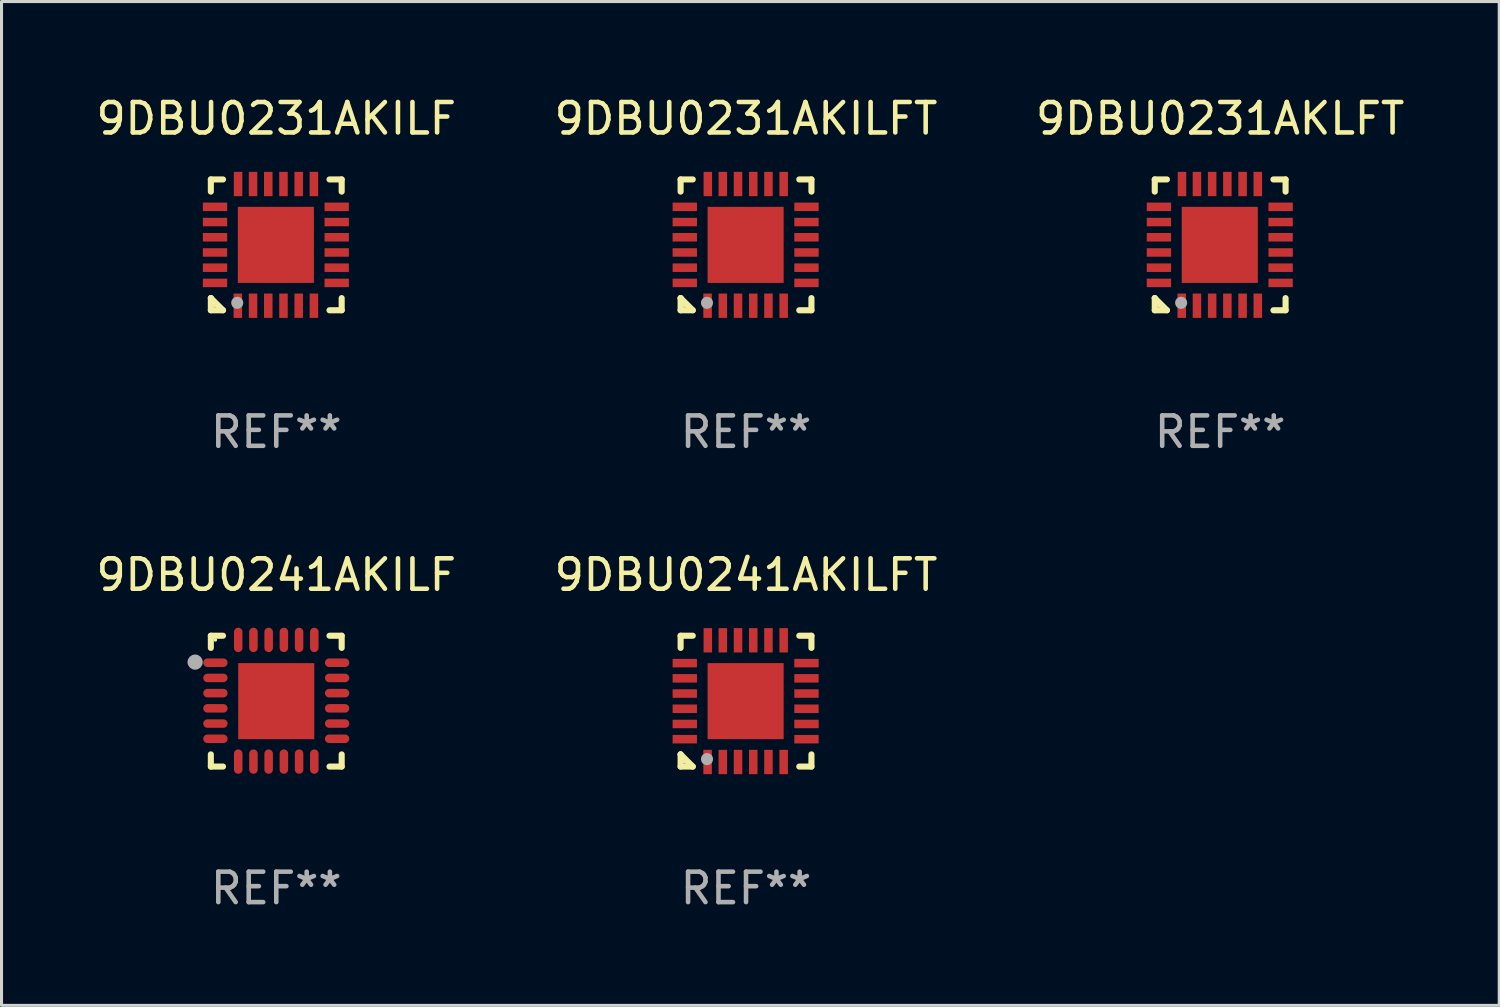
<source format=kicad_pcb>
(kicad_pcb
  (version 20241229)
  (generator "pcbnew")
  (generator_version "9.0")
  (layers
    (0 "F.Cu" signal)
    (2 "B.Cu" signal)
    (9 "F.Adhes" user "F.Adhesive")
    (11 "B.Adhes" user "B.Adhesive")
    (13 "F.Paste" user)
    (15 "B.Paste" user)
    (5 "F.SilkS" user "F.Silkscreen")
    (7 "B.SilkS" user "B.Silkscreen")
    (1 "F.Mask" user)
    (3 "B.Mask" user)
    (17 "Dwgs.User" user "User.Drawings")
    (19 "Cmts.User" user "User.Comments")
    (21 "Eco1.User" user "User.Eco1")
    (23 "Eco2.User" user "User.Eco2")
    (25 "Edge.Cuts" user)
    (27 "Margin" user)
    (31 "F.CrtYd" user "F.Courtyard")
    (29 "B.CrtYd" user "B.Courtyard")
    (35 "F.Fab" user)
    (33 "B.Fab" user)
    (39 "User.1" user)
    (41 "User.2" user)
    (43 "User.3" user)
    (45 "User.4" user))
  (footprint "9DBU0231AKILFT"
    (layer "F.Cu")
    (at 21.47 4.998)
    (property "Reference" "9DBU0231AKILFT" (at 0 -4.15 0) (layer "F.SilkS") (effects (font (size 1 1) (thickness 0.15))))
    (attr through_hole)
    (fp_line (start -2.15 -2.15) (end -1.75 -2.15) (stroke (width 0.2) (type solid)) (layer "F.SilkS"))
    (fp_line (start -2.15 -1.75) (end -2.15 -2.15) (stroke (width 0.2) (type solid)) (layer "F.SilkS"))
    (fp_line (start -2.15 1.75) (end -2.15 1.75) (stroke (width 0.2) (type solid)) (layer "F.SilkS"))
    (fp_line (start -2.15 1.75) (end -1.75 2.15) (stroke (width 0.2) (type solid)) (layer "F.SilkS"))
    (fp_line (start -2.15 2.15) (end -2.15 1.75) (stroke (width 0.2) (type solid)) (layer "F.SilkS"))
    (fp_line (start -1.75 2.15) (end -2.15 2.15) (stroke (width 0.2) (type solid)) (layer "F.SilkS"))
    (fp_line (start 2.15 -2.15) (end 1.75 -2.15) (stroke (width 0.2) (type solid)) (layer "F.SilkS"))
    (fp_line (start 2.15 -1.75) (end 2.15 -2.15) (stroke (width 0.2) (type solid)) (layer "F.SilkS"))
    (fp_line (start 2.15 1.75) (end 2.15 2.15) (stroke (width 0.2) (type solid)) (layer "F.SilkS"))
    (fp_line (start 2.15 2.15) (end 1.75 2.15) (stroke (width 0.2) (type solid)) (layer "F.SilkS"))
    (fp_circle (center -2.013 2) (end -1.983 2) (stroke (width 0.06) (type solid)) (fill no) (layer "F.SilkS"))
    (fp_circle (center -1.283 1.905) (end -1.183 1.905) (stroke (width 0.2) (type solid)) (fill no) (layer "F.Fab"))
    (fp_text user "REF**" (at 0 6.15 0) (layer "F.Fab") (effects (font (size 1 1) (thickness 0.15))))
    (pad "1" smd rect (at -1.263 2 180) (size 0.28 0.8) (layers "F.Cu" "F.Mask" "F.Paste"))
    (pad "2" smd rect (at -0.763 2 180) (size 0.28 0.8) (layers "F.Cu" "F.Mask" "F.Paste"))
    (pad "3" smd rect (at -0.263 2 180) (size 0.28 0.8) (layers "F.Cu" "F.Mask" "F.Paste"))
    (pad "4" smd rect (at 0.237 2 180) (size 0.28 0.8) (layers "F.Cu" "F.Mask" "F.Paste"))
    (pad "5" smd rect (at 0.737 2 180) (size 0.28 0.8) (layers "F.Cu" "F.Mask" "F.Paste"))
    (pad "6" smd rect (at 1.237 2 180) (size 0.28 0.8) (layers "F.Cu" "F.Mask" "F.Paste"))
    (pad "7" smd rect (at 1.987 1.25 90) (size 0.28 0.8) (layers "F.Cu" "F.Mask" "F.Paste"))
    (pad "8" smd rect (at 1.987 0.75 90) (size 0.28 0.8) (layers "F.Cu" "F.Mask" "F.Paste"))
    (pad "9" smd rect (at 1.987 0.25 90) (size 0.28 0.8) (layers "F.Cu" "F.Mask" "F.Paste"))
    (pad "10" smd rect (at 1.987 -0.25 90) (size 0.28 0.8) (layers "F.Cu" "F.Mask" "F.Paste"))
    (pad "11" smd rect (at 1.987 -0.75 90) (size 0.28 0.8) (layers "F.Cu" "F.Mask" "F.Paste"))
    (pad "12" smd rect (at 1.987 -1.25 90) (size 0.28 0.8) (layers "F.Cu" "F.Mask" "F.Paste"))
    (pad "13" smd rect (at 1.237 -2 180) (size 0.28 0.8) (layers "F.Cu" "F.Mask" "F.Paste"))
    (pad "14" smd rect (at 0.737 -2 180) (size 0.28 0.8) (layers "F.Cu" "F.Mask" "F.Paste"))
    (pad "15" smd rect (at 0.237 -2 180) (size 0.28 0.8) (layers "F.Cu" "F.Mask" "F.Paste"))
    (pad "16" smd rect (at -0.263 -2 180) (size 0.28 0.8) (layers "F.Cu" "F.Mask" "F.Paste"))
    (pad "17" smd rect (at -0.763 -2 180) (size 0.28 0.8) (layers "F.Cu" "F.Mask" "F.Paste"))
    (pad "18" smd rect (at -1.255 -2 180) (size 0.28 0.8) (layers "F.Cu" "F.Mask" "F.Paste"))
    (pad "19" smd rect (at -2.013 -1.25 90) (size 0.28 0.8) (layers "F.Cu" "F.Mask" "F.Paste"))
    (pad "20" smd rect (at -2.013 -0.75 90) (size 0.28 0.8) (layers "F.Cu" "F.Mask" "F.Paste"))
    (pad "21" smd rect (at -2.013 -0.25 90) (size 0.28 0.8) (layers "F.Cu" "F.Mask" "F.Paste"))
    (pad "22" smd rect (at -2.013 0.25 90) (size 0.28 0.8) (layers "F.Cu" "F.Mask" "F.Paste"))
    (pad "23" smd rect (at -2.013 0.75 90) (size 0.28 0.8) (layers "F.Cu" "F.Mask" "F.Paste"))
    (pad "24" smd rect (at -2.013 1.25 90) (size 0.28 0.8) (layers "F.Cu" "F.Mask" "F.Paste"))
    (pad "25" smd rect (at -0.013 0 90) (size 2.5 2.5) (layers "F.Cu" "F.Mask" "F.Paste")))
  (footprint "9DBU0241AKILF"
    (layer "F.Cu")
    (at 6.03 19.995)
    (property "Reference" "9DBU0241AKILF" (at 0 -4.15 0) (layer "F.SilkS") (effects (font (size 1 1) (thickness 0.15))))
    (attr through_hole)
    (fp_line (start -2.15 -2.15) (end -1.75 -2.15) (stroke (width 0.2) (type solid)) (layer "F.SilkS"))
    (fp_line (start -2.15 -1.75) (end -2.15 -2.15) (stroke (width 0.2) (type solid)) (layer "F.SilkS"))
    (fp_line (start -2.15 2.15) (end -2.15 1.75) (stroke (width 0.2) (type solid)) (layer "F.SilkS"))
    (fp_line (start -1.75 2.15) (end -2.15 2.15) (stroke (width 0.2) (type solid)) (layer "F.SilkS"))
    (fp_line (start 1.75 -2.15) (end 2.15 -2.15) (stroke (width 0.2) (type solid)) (layer "F.SilkS"))
    (fp_line (start 1.75 2.15) (end 2.15 2.15) (stroke (width 0.2) (type solid)) (layer "F.SilkS"))
    (fp_line (start 2.15 -2.15) (end 2.15 -1.75) (stroke (width 0.2) (type solid)) (layer "F.SilkS"))
    (fp_line (start 2.15 2.15) (end 2.15 1.75) (stroke (width 0.2) (type solid)) (layer "F.SilkS"))
    (fp_circle (center -2 -2.013) (end -1.97 -2.013) (stroke (width 0.06) (type solid)) (fill no) (layer "F.SilkS"))
    (fp_circle (center -2.667 -1.283) (end -2.542 -1.283) (stroke (width 0.25) (type solid)) (fill no) (layer "F.Fab"))
    (fp_text user "REF**" (at 0 6.15 0) (layer "F.Fab") (effects (font (size 1 1) (thickness 0.15))))
    (pad "1" smd oval (at -2 -1.263) (size 0.8 0.28) (layers "F.Cu" "F.Mask" "F.Paste"))
    (pad "2" smd oval (at -2 -0.763) (size 0.8 0.28) (layers "F.Cu" "F.Mask" "F.Paste"))
    (pad "3" smd oval (at -2 -0.263) (size 0.8 0.28) (layers "F.Cu" "F.Mask" "F.Paste"))
    (pad "4" smd oval (at -2 0.237) (size 0.8 0.28) (layers "F.Cu" "F.Mask" "F.Paste"))
    (pad "5" smd oval (at -2 0.737) (size 0.8 0.28) (layers "F.Cu" "F.Mask" "F.Paste"))
    (pad "6" smd oval (at -2 1.237) (size 0.8 0.28) (layers "F.Cu" "F.Mask" "F.Paste"))
    (pad "7" smd oval (at -1.25 1.987) (size 0.28 0.8) (layers "F.Cu" "F.Mask" "F.Paste"))
    (pad "8" smd oval (at -0.75 1.987) (size 0.28 0.8) (layers "F.Cu" "F.Mask" "F.Paste"))
    (pad "9" smd oval (at -0.25 1.987) (size 0.28 0.8) (layers "F.Cu" "F.Mask" "F.Paste"))
    (pad "10" smd oval (at 0.25 1.987) (size 0.28 0.8) (layers "F.Cu" "F.Mask" "F.Paste"))
    (pad "11" smd oval (at 0.75 1.987) (size 0.28 0.8) (layers "F.Cu" "F.Mask" "F.Paste"))
    (pad "12" smd oval (at 1.25 1.987) (size 0.28 0.8) (layers "F.Cu" "F.Mask" "F.Paste"))
    (pad "13" smd oval (at 2 1.237) (size 0.8 0.28) (layers "F.Cu" "F.Mask" "F.Paste"))
    (pad "14" smd oval (at 2 0.737) (size 0.8 0.28) (layers "F.Cu" "F.Mask" "F.Paste"))
    (pad "15" smd oval (at 2 0.237) (size 0.8 0.28) (layers "F.Cu" "F.Mask" "F.Paste"))
    (pad "16" smd oval (at 2 -0.263) (size 0.8 0.28) (layers "F.Cu" "F.Mask" "F.Paste"))
    (pad "17" smd oval (at 2 -0.763) (size 0.8 0.28) (layers "F.Cu" "F.Mask" "F.Paste"))
    (pad "18" smd oval (at 2 -1.263) (size 0.8 0.28) (layers "F.Cu" "F.Mask" "F.Paste"))
    (pad "19" smd oval (at 1.25 -2.013) (size 0.28 0.8) (layers "F.Cu" "F.Mask" "F.Paste"))
    (pad "20" smd oval (at 0.75 -2.013) (size 0.28 0.8) (layers "F.Cu" "F.Mask" "F.Paste"))
    (pad "21" smd oval (at 0.25 -2.013) (size 0.28 0.8) (layers "F.Cu" "F.Mask" "F.Paste"))
    (pad "22" smd oval (at -0.25 -2.013) (size 0.28 0.8) (layers "F.Cu" "F.Mask" "F.Paste"))
    (pad "23" smd oval (at -0.75 -2.013) (size 0.28 0.8) (layers "F.Cu" "F.Mask" "F.Paste"))
    (pad "24" smd oval (at -1.25 -2.013) (size 0.28 0.8) (layers "F.Cu" "F.Mask" "F.Paste"))
    (pad "25" smd rect (at -0.000127 -0.00014) (size 2.5 2.5) (layers "F.Cu" "F.Mask" "F.Paste")))
  (footprint "9DBU0241AKILFT"
    (layer "F.Cu")
    (at 21.47 19.995)
    (property "Reference" "9DBU0241AKILFT" (at 0 -4.15 0) (layer "F.SilkS") (effects (font (size 1 1) (thickness 0.15))))
    (attr through_hole)
    (fp_line (start -2.15 -2.15) (end -1.75 -2.15) (stroke (width 0.2) (type solid)) (layer "F.SilkS"))
    (fp_line (start -2.15 -1.75) (end -2.15 -2.15) (stroke (width 0.2) (type solid)) (layer "F.SilkS"))
    (fp_line (start -2.15 1.75) (end -2.15 1.75) (stroke (width 0.2) (type solid)) (layer "F.SilkS"))
    (fp_line (start -2.15 1.75) (end -1.75 2.15) (stroke (width 0.2) (type solid)) (layer "F.SilkS"))
    (fp_line (start -2.15 2.15) (end -2.15 1.75) (stroke (width 0.2) (type solid)) (layer "F.SilkS"))
    (fp_line (start -1.75 2.15) (end -2.15 2.15) (stroke (width 0.2) (type solid)) (layer "F.SilkS"))
    (fp_line (start 2.15 -2.15) (end 1.75 -2.15) (stroke (width 0.2) (type solid)) (layer "F.SilkS"))
    (fp_line (start 2.15 -1.75) (end 2.15 -2.15) (stroke (width 0.2) (type solid)) (layer "F.SilkS"))
    (fp_line (start 2.15 1.75) (end 2.15 2.15) (stroke (width 0.2) (type solid)) (layer "F.SilkS"))
    (fp_line (start 2.15 2.15) (end 1.75 2.15) (stroke (width 0.2) (type solid)) (layer "F.SilkS"))
    (fp_circle (center -2.013 2) (end -1.983 2) (stroke (width 0.06) (type solid)) (fill no) (layer "F.SilkS"))
    (fp_circle (center -1.283 1.905) (end -1.183 1.905) (stroke (width 0.2) (type solid)) (fill no) (layer "F.Fab"))
    (fp_text user "REF**" (at 0 6.15 0) (layer "F.Fab") (effects (font (size 1 1) (thickness 0.15))))
    (pad "1" smd rect (at -1.263 2 180) (size 0.28 0.8) (layers "F.Cu" "F.Mask" "F.Paste"))
    (pad "2" smd rect (at -0.763 2 180) (size 0.28 0.8) (layers "F.Cu" "F.Mask" "F.Paste"))
    (pad "3" smd rect (at -0.263 2 180) (size 0.28 0.8) (layers "F.Cu" "F.Mask" "F.Paste"))
    (pad "4" smd rect (at 0.237 2 180) (size 0.28 0.8) (layers "F.Cu" "F.Mask" "F.Paste"))
    (pad "5" smd rect (at 0.737 2 180) (size 0.28 0.8) (layers "F.Cu" "F.Mask" "F.Paste"))
    (pad "6" smd rect (at 1.237 2 180) (size 0.28 0.8) (layers "F.Cu" "F.Mask" "F.Paste"))
    (pad "7" smd rect (at 1.987 1.25 90) (size 0.28 0.8) (layers "F.Cu" "F.Mask" "F.Paste"))
    (pad "8" smd rect (at 1.987 0.75 90) (size 0.28 0.8) (layers "F.Cu" "F.Mask" "F.Paste"))
    (pad "9" smd rect (at 1.987 0.25 90) (size 0.28 0.8) (layers "F.Cu" "F.Mask" "F.Paste"))
    (pad "10" smd rect (at 1.987 -0.25 90) (size 0.28 0.8) (layers "F.Cu" "F.Mask" "F.Paste"))
    (pad "11" smd rect (at 1.987 -0.75 90) (size 0.28 0.8) (layers "F.Cu" "F.Mask" "F.Paste"))
    (pad "12" smd rect (at 1.987 -1.25 90) (size 0.28 0.8) (layers "F.Cu" "F.Mask" "F.Paste"))
    (pad "13" smd rect (at 1.237 -2 180) (size 0.28 0.8) (layers "F.Cu" "F.Mask" "F.Paste"))
    (pad "14" smd rect (at 0.737 -2 180) (size 0.28 0.8) (layers "F.Cu" "F.Mask" "F.Paste"))
    (pad "15" smd rect (at 0.237 -2 180) (size 0.28 0.8) (layers "F.Cu" "F.Mask" "F.Paste"))
    (pad "16" smd rect (at -0.263 -2 180) (size 0.28 0.8) (layers "F.Cu" "F.Mask" "F.Paste"))
    (pad "17" smd rect (at -0.763 -2 180) (size 0.28 0.8) (layers "F.Cu" "F.Mask" "F.Paste"))
    (pad "18" smd rect (at -1.255 -2 180) (size 0.28 0.8) (layers "F.Cu" "F.Mask" "F.Paste"))
    (pad "19" smd rect (at -2.013 -1.25 90) (size 0.28 0.8) (layers "F.Cu" "F.Mask" "F.Paste"))
    (pad "20" smd rect (at -2.013 -0.75 90) (size 0.28 0.8) (layers "F.Cu" "F.Mask" "F.Paste"))
    (pad "21" smd rect (at -2.013 -0.25 90) (size 0.28 0.8) (layers "F.Cu" "F.Mask" "F.Paste"))
    (pad "22" smd rect (at -2.013 0.25 90) (size 0.28 0.8) (layers "F.Cu" "F.Mask" "F.Paste"))
    (pad "23" smd rect (at -2.013 0.75 90) (size 0.28 0.8) (layers "F.Cu" "F.Mask" "F.Paste"))
    (pad "24" smd rect (at -2.013 1.25 90) (size 0.28 0.8) (layers "F.Cu" "F.Mask" "F.Paste"))
    (pad "25" smd rect (at -0.013 0 90) (size 2.5 2.5) (layers "F.Cu" "F.Mask" "F.Paste")))
  (footprint "9DBU0231AKILF"
    (layer "F.Cu")
    (at 6.03 4.998)
    (property "Reference" "9DBU0231AKILF" (at 0 -4.15 0) (layer "F.SilkS") (effects (font (size 1 1) (thickness 0.15))))
    (attr through_hole)
    (fp_line (start -2.15 -2.15) (end -1.75 -2.15) (stroke (width 0.2) (type solid)) (layer "F.SilkS"))
    (fp_line (start -2.15 -1.75) (end -2.15 -2.15) (stroke (width 0.2) (type solid)) (layer "F.SilkS"))
    (fp_line (start -2.15 1.75) (end -2.15 1.75) (stroke (width 0.2) (type solid)) (layer "F.SilkS"))
    (fp_line (start -2.15 1.75) (end -1.75 2.15) (stroke (width 0.2) (type solid)) (layer "F.SilkS"))
    (fp_line (start -2.15 2.15) (end -2.15 1.75) (stroke (width 0.2) (type solid)) (layer "F.SilkS"))
    (fp_line (start -1.75 2.15) (end -2.15 2.15) (stroke (width 0.2) (type solid)) (layer "F.SilkS"))
    (fp_line (start 2.15 -2.15) (end 1.75 -2.15) (stroke (width 0.2) (type solid)) (layer "F.SilkS"))
    (fp_line (start 2.15 -1.75) (end 2.15 -2.15) (stroke (width 0.2) (type solid)) (layer "F.SilkS"))
    (fp_line (start 2.15 1.75) (end 2.15 2.15) (stroke (width 0.2) (type solid)) (layer "F.SilkS"))
    (fp_line (start 2.15 2.15) (end 1.75 2.15) (stroke (width 0.2) (type solid)) (layer "F.SilkS"))
    (fp_circle (center -2.013 2) (end -1.983 2) (stroke (width 0.06) (type solid)) (fill no) (layer "F.SilkS"))
    (fp_circle (center -1.283 1.905) (end -1.183 1.905) (stroke (width 0.2) (type solid)) (fill no) (layer "F.Fab"))
    (fp_text user "REF**" (at 0 6.15 0) (layer "F.Fab") (effects (font (size 1 1) (thickness 0.15))))
    (pad "1" smd rect (at -1.263 2 180) (size 0.28 0.8) (layers "F.Cu" "F.Mask" "F.Paste"))
    (pad "2" smd rect (at -0.763 2 180) (size 0.28 0.8) (layers "F.Cu" "F.Mask" "F.Paste"))
    (pad "3" smd rect (at -0.263 2 180) (size 0.28 0.8) (layers "F.Cu" "F.Mask" "F.Paste"))
    (pad "4" smd rect (at 0.237 2 180) (size 0.28 0.8) (layers "F.Cu" "F.Mask" "F.Paste"))
    (pad "5" smd rect (at 0.737 2 180) (size 0.28 0.8) (layers "F.Cu" "F.Mask" "F.Paste"))
    (pad "6" smd rect (at 1.237 2 180) (size 0.28 0.8) (layers "F.Cu" "F.Mask" "F.Paste"))
    (pad "7" smd rect (at 1.987 1.25 90) (size 0.28 0.8) (layers "F.Cu" "F.Mask" "F.Paste"))
    (pad "8" smd rect (at 1.987 0.75 90) (size 0.28 0.8) (layers "F.Cu" "F.Mask" "F.Paste"))
    (pad "9" smd rect (at 1.987 0.25 90) (size 0.28 0.8) (layers "F.Cu" "F.Mask" "F.Paste"))
    (pad "10" smd rect (at 1.987 -0.25 90) (size 0.28 0.8) (layers "F.Cu" "F.Mask" "F.Paste"))
    (pad "11" smd rect (at 1.987 -0.75 90) (size 0.28 0.8) (layers "F.Cu" "F.Mask" "F.Paste"))
    (pad "12" smd rect (at 1.987 -1.25 90) (size 0.28 0.8) (layers "F.Cu" "F.Mask" "F.Paste"))
    (pad "13" smd rect (at 1.237 -2 180) (size 0.28 0.8) (layers "F.Cu" "F.Mask" "F.Paste"))
    (pad "14" smd rect (at 0.737 -2 180) (size 0.28 0.8) (layers "F.Cu" "F.Mask" "F.Paste"))
    (pad "15" smd rect (at 0.237 -2 180) (size 0.28 0.8) (layers "F.Cu" "F.Mask" "F.Paste"))
    (pad "16" smd rect (at -0.263 -2 180) (size 0.28 0.8) (layers "F.Cu" "F.Mask" "F.Paste"))
    (pad "17" smd rect (at -0.763 -2 180) (size 0.28 0.8) (layers "F.Cu" "F.Mask" "F.Paste"))
    (pad "18" smd rect (at -1.255 -2 180) (size 0.28 0.8) (layers "F.Cu" "F.Mask" "F.Paste"))
    (pad "19" smd rect (at -2.013 -1.25 90) (size 0.28 0.8) (layers "F.Cu" "F.Mask" "F.Paste"))
    (pad "20" smd rect (at -2.013 -0.75 90) (size 0.28 0.8) (layers "F.Cu" "F.Mask" "F.Paste"))
    (pad "21" smd rect (at -2.013 -0.25 90) (size 0.28 0.8) (layers "F.Cu" "F.Mask" "F.Paste"))
    (pad "22" smd rect (at -2.013 0.25 90) (size 0.28 0.8) (layers "F.Cu" "F.Mask" "F.Paste"))
    (pad "23" smd rect (at -2.013 0.75 90) (size 0.28 0.8) (layers "F.Cu" "F.Mask" "F.Paste"))
    (pad "24" smd rect (at -2.013 1.25 90) (size 0.28 0.8) (layers "F.Cu" "F.Mask" "F.Paste"))
    (pad "25" smd rect (at -0.013 0 90) (size 2.5 2.5) (layers "F.Cu" "F.Mask" "F.Paste")))
  (footprint "9DBU0231AKLFT"
    (layer "F.Cu")
    (at 37.054 4.998)
    (property "Reference" "9DBU0231AKLFT" (at 0 -4.15 0) (layer "F.SilkS") (effects (font (size 1 1) (thickness 0.15))))
    (attr through_hole)
    (fp_line (start -2.15 -2.15) (end -1.75 -2.15) (stroke (width 0.2) (type solid)) (layer "F.SilkS"))
    (fp_line (start -2.15 -1.75) (end -2.15 -2.15) (stroke (width 0.2) (type solid)) (layer "F.SilkS"))
    (fp_line (start -2.15 1.75) (end -2.15 1.75) (stroke (width 0.2) (type solid)) (layer "F.SilkS"))
    (fp_line (start -2.15 1.75) (end -1.75 2.15) (stroke (width 0.2) (type solid)) (layer "F.SilkS"))
    (fp_line (start -2.15 2.15) (end -2.15 1.75) (stroke (width 0.2) (type solid)) (layer "F.SilkS"))
    (fp_line (start -1.75 2.15) (end -2.15 2.15) (stroke (width 0.2) (type solid)) (layer "F.SilkS"))
    (fp_line (start 2.15 -2.15) (end 1.75 -2.15) (stroke (width 0.2) (type solid)) (layer "F.SilkS"))
    (fp_line (start 2.15 -1.75) (end 2.15 -2.15) (stroke (width 0.2) (type solid)) (layer "F.SilkS"))
    (fp_line (start 2.15 1.75) (end 2.15 2.15) (stroke (width 0.2) (type solid)) (layer "F.SilkS"))
    (fp_line (start 2.15 2.15) (end 1.75 2.15) (stroke (width 0.2) (type solid)) (layer "F.SilkS"))
    (fp_circle (center -2.013 2) (end -1.983 2) (stroke (width 0.06) (type solid)) (fill no) (layer "F.SilkS"))
    (fp_circle (center -1.283 1.905) (end -1.183 1.905) (stroke (width 0.2) (type solid)) (fill no) (layer "F.Fab"))
    (fp_text user "REF**" (at 0 6.15 0) (layer "F.Fab") (effects (font (size 1 1) (thickness 0.15))))
    (pad "1" smd rect (at -1.263 2 180) (size 0.28 0.8) (layers "F.Cu" "F.Mask" "F.Paste"))
    (pad "2" smd rect (at -0.763 2 180) (size 0.28 0.8) (layers "F.Cu" "F.Mask" "F.Paste"))
    (pad "3" smd rect (at -0.263 2 180) (size 0.28 0.8) (layers "F.Cu" "F.Mask" "F.Paste"))
    (pad "4" smd rect (at 0.237 2 180) (size 0.28 0.8) (layers "F.Cu" "F.Mask" "F.Paste"))
    (pad "5" smd rect (at 0.737 2 180) (size 0.28 0.8) (layers "F.Cu" "F.Mask" "F.Paste"))
    (pad "6" smd rect (at 1.237 2 180) (size 0.28 0.8) (layers "F.Cu" "F.Mask" "F.Paste"))
    (pad "7" smd rect (at 1.987 1.25 90) (size 0.28 0.8) (layers "F.Cu" "F.Mask" "F.Paste"))
    (pad "8" smd rect (at 1.987 0.75 90) (size 0.28 0.8) (layers "F.Cu" "F.Mask" "F.Paste"))
    (pad "9" smd rect (at 1.987 0.25 90) (size 0.28 0.8) (layers "F.Cu" "F.Mask" "F.Paste"))
    (pad "10" smd rect (at 1.987 -0.25 90) (size 0.28 0.8) (layers "F.Cu" "F.Mask" "F.Paste"))
    (pad "11" smd rect (at 1.987 -0.75 90) (size 0.28 0.8) (layers "F.Cu" "F.Mask" "F.Paste"))
    (pad "12" smd rect (at 1.987 -1.25 90) (size 0.28 0.8) (layers "F.Cu" "F.Mask" "F.Paste"))
    (pad "13" smd rect (at 1.237 -2 180) (size 0.28 0.8) (layers "F.Cu" "F.Mask" "F.Paste"))
    (pad "14" smd rect (at 0.737 -2 180) (size 0.28 0.8) (layers "F.Cu" "F.Mask" "F.Paste"))
    (pad "15" smd rect (at 0.237 -2 180) (size 0.28 0.8) (layers "F.Cu" "F.Mask" "F.Paste"))
    (pad "16" smd rect (at -0.263 -2 180) (size 0.28 0.8) (layers "F.Cu" "F.Mask" "F.Paste"))
    (pad "17" smd rect (at -0.763 -2 180) (size 0.28 0.8) (layers "F.Cu" "F.Mask" "F.Paste"))
    (pad "18" smd rect (at -1.255 -2 180) (size 0.28 0.8) (layers "F.Cu" "F.Mask" "F.Paste"))
    (pad "19" smd rect (at -2.013 -1.25 90) (size 0.28 0.8) (layers "F.Cu" "F.Mask" "F.Paste"))
    (pad "20" smd rect (at -2.013 -0.75 90) (size 0.28 0.8) (layers "F.Cu" "F.Mask" "F.Paste"))
    (pad "21" smd rect (at -2.013 -0.25 90) (size 0.28 0.8) (layers "F.Cu" "F.Mask" "F.Paste"))
    (pad "22" smd rect (at -2.013 0.25 90) (size 0.28 0.8) (layers "F.Cu" "F.Mask" "F.Paste"))
    (pad "23" smd rect (at -2.013 0.75 90) (size 0.28 0.8) (layers "F.Cu" "F.Mask" "F.Paste"))
    (pad "24" smd rect (at -2.013 1.25 90) (size 0.28 0.8) (layers "F.Cu" "F.Mask" "F.Paste"))
    (pad "25" smd rect (at -0.013 0 90) (size 2.5 2.5) (layers "F.Cu" "F.Mask" "F.Paste")))
  (gr_rect
    (start -3 -3)
    (end 46.226 29.994)
    (stroke (width 0.1) (type default))
    (fill no)
    (layer "Edge.Cuts")))
</source>
